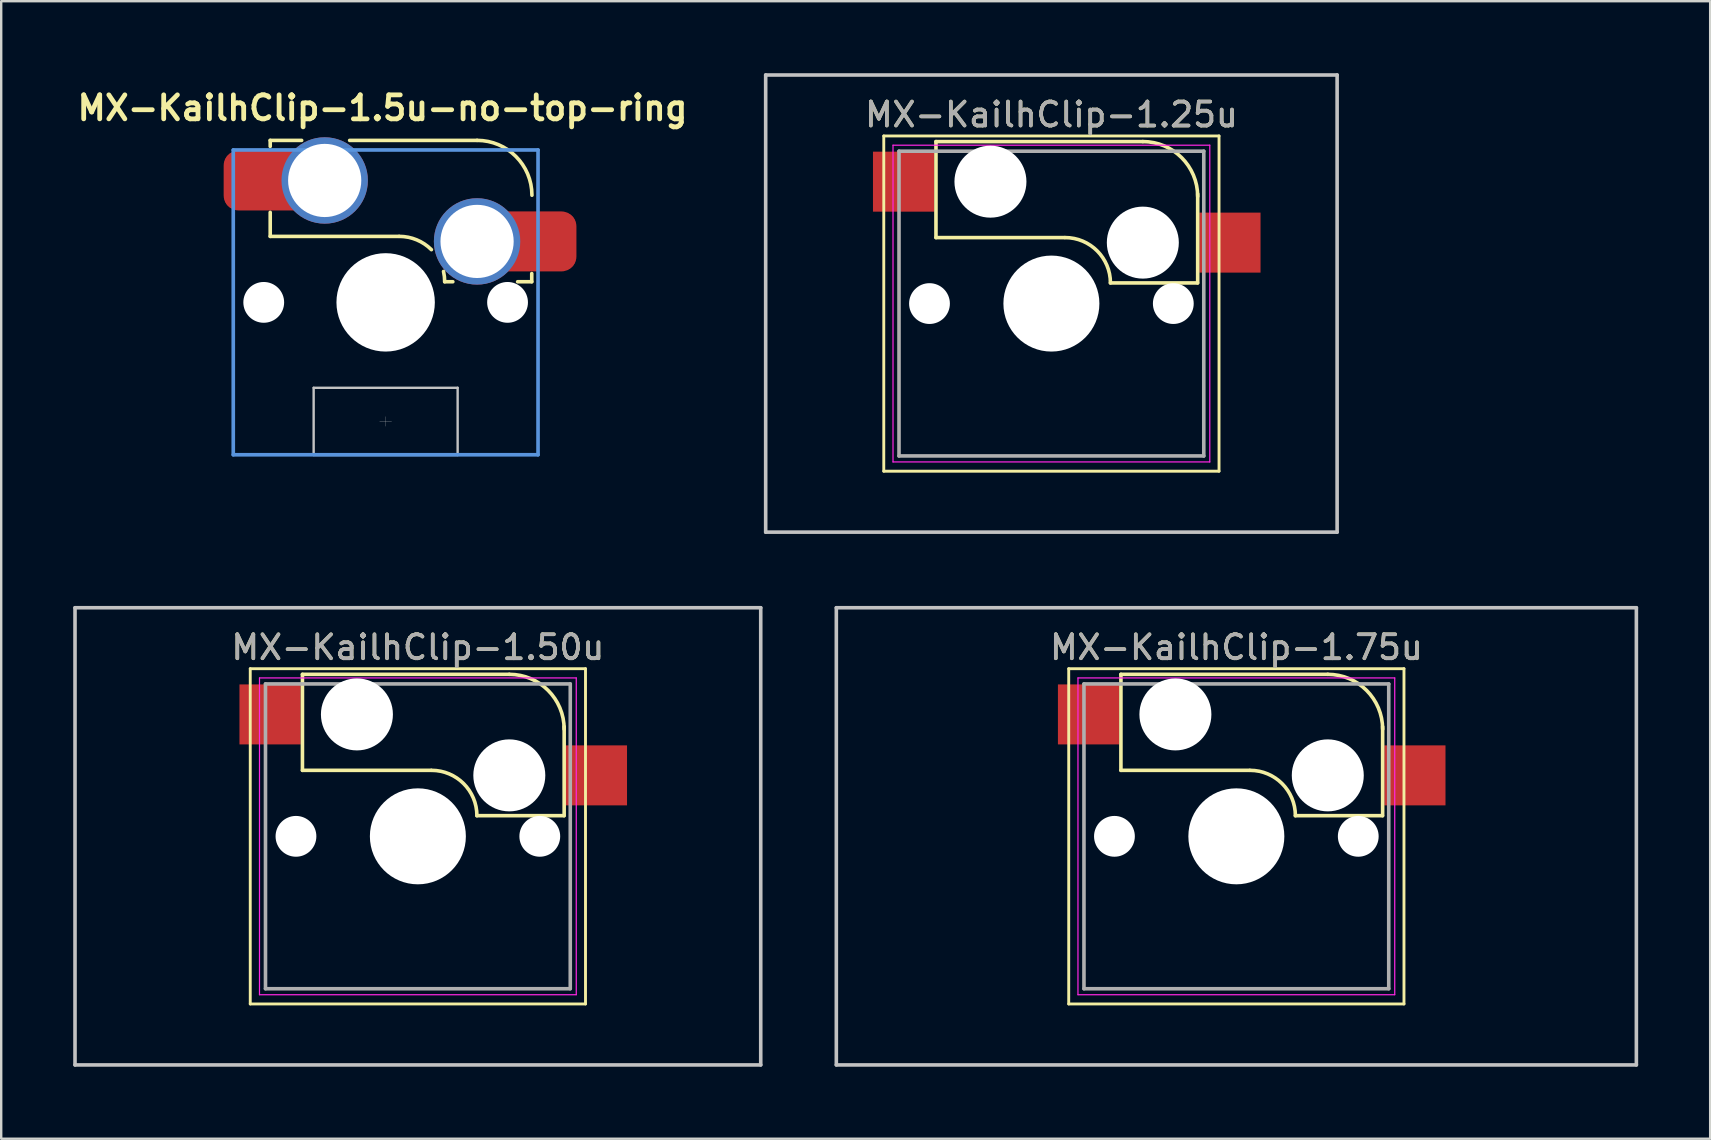
<source format=kicad_pcb>
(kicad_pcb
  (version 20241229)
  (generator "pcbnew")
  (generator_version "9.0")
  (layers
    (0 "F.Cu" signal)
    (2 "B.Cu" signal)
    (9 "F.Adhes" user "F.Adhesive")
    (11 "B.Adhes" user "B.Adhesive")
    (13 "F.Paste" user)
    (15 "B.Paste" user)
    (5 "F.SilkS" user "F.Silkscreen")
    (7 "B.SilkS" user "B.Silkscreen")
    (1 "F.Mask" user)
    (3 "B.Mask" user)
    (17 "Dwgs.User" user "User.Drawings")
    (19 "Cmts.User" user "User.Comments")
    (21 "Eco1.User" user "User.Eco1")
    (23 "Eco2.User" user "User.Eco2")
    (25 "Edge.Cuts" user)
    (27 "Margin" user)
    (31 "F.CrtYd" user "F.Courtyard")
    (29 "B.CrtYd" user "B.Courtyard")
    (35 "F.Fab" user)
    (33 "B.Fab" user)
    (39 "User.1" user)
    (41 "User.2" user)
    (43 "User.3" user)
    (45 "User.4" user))
  (footprint "MX-KailhClip-1.25u"
    (layer "F.Cu")
    (at 40.762 9.6)
    (property "Reference" "MX-KailhClip-1.25u" (at 0 -7.874 0) (layer "F.SilkS") (effects (font (size 1 1) (thickness 0.15))))
    (attr through_hole)
    (fp_line (start -6.985 -6.985) (end 6.985 -6.985) (stroke (width 0.12) (type solid)) (layer "F.SilkS"))
    (fp_line (start -6.985 6.985) (end -6.985 -6.985) (stroke (width 0.12) (type solid)) (layer "F.SilkS"))
    (fp_line (start -4.81 -6.75) (end -4.81 -2.75) (stroke (width 0.15) (type solid)) (layer "F.SilkS"))
    (fp_line (start -4.81 -6.75) (end 3.81 -6.75) (stroke (width 0.15) (type solid)) (layer "F.SilkS"))
    (fp_line (start -4.81 -2.75) (end 0.55 -2.75) (stroke (width 0.15) (type solid)) (layer "F.SilkS"))
    (fp_line (start 6.088 -0.86) (end 2.46 -0.86) (stroke (width 0.15) (type solid)) (layer "F.SilkS"))
    (fp_line (start 6.096 -4.572) (end 6.096 -0.86) (stroke (width 0.15) (type solid)) (layer "F.SilkS"))
    (fp_line (start 6.985 -6.985) (end 6.985 6.985) (stroke (width 0.12) (type solid)) (layer "F.SilkS"))
    (fp_line (start 6.985 6.985) (end -6.985 6.985) (stroke (width 0.12) (type solid)) (layer "F.SilkS"))
    (fp_arc (start 0.57 -2.75) (mid 1.906432 -2.196432) (end 2.46 -0.86) (stroke (width 0.15) (type solid)) (layer "F.SilkS"))
    (fp_arc (start 3.81 -6.751) (mid 5.426446 -6.081446) (end 6.096 -4.465) (stroke (width 0.15) (type solid)) (layer "F.SilkS"))
    (fp_line (start -11.906 -9.525) (end 11.906 -9.525) (stroke (width 0.15) (type solid)) (layer "Dwgs.User"))
    (fp_line (start -11.906 9.525) (end -11.906 -9.525) (stroke (width 0.15) (type solid)) (layer "Dwgs.User"))
    (fp_line (start 11.906 -9.525) (end 11.906 9.525) (stroke (width 0.15) (type solid)) (layer "Dwgs.User"))
    (fp_line (start 11.906 9.525) (end -11.906 9.525) (stroke (width 0.15) (type solid)) (layer "Dwgs.User"))
    (fp_line (start -6.6 -6.6) (end 6.6 -6.6) (stroke (width 0.05) (type solid)) (layer "F.CrtYd"))
    (fp_line (start -6.6 6.6) (end -6.6 -6.6) (stroke (width 0.05) (type solid)) (layer "F.CrtYd"))
    (fp_line (start 6.6 -6.6) (end 6.6 6.6) (stroke (width 0.05) (type solid)) (layer "F.CrtYd"))
    (fp_line (start 6.6 6.6) (end -6.6 6.6) (stroke (width 0.05) (type solid)) (layer "F.CrtYd"))
    (fp_line (start -6.35 -6.35) (end 6.35 -6.35) (stroke (width 0.15) (type solid)) (layer "F.Fab"))
    (fp_line (start -6.35 6.35) (end -6.35 -6.35) (stroke (width 0.15) (type solid)) (layer "F.Fab"))
    (fp_line (start 6.35 -6.35) (end 6.35 6.35) (stroke (width 0.15) (type solid)) (layer "F.Fab"))
    (fp_line (start 6.35 6.35) (end -6.35 6.35) (stroke (width 0.15) (type solid)) (layer "F.Fab"))
    (fp_text user "${REFERENCE}" (at 0 -7.874 0) (layer "F.Fab") (effects (font (size 1 1) (thickness 0.15))))
    (pad "" np_thru_hole circle (at -5.08 0) (size 1.7 1.7) (drill 1.7) (layers "*.Cu" "*.Mask"))
    (pad "" np_thru_hole circle (at -2.54 -5.08) (size 3 3) (drill 3) (layers "*.Cu" "*.Mask"))
    (pad "" np_thru_hole circle (at 0 0) (size 4 4) (drill 4) (layers "*.Cu" "*.Mask"))
    (pad "" np_thru_hole circle (at 3.81 -2.54) (size 3 3) (drill 3) (layers "*.Cu" "*.Mask"))
    (pad "" np_thru_hole circle (at 5.08 0) (size 1.7 1.7) (drill 1.7) (layers "*.Cu" "*.Mask"))
    (pad "1" smd rect (at -6.16 -5.08) (size 2.55 2.5) (layers "F.Cu" "F.Mask" "F.Paste"))
    (pad "2" smd rect (at 7.44 -2.54) (size 2.55 2.5) (layers "F.Cu" "F.Mask" "F.Paste")))
  (footprint "MX-KailhClip-1.50u"
    (layer "F.Cu")
    (at 14.363 31.8)
    (property "Reference" "MX-KailhClip-1.50u" (at 0 -7.874 0) (layer "F.SilkS") (effects (font (size 1 1) (thickness 0.15))))
    (fp_line (start -6.985 -6.985) (end 6.985 -6.985) (stroke (width 0.12) (type solid)) (layer "F.SilkS"))
    (fp_line (start -6.985 6.985) (end -6.985 -6.985) (stroke (width 0.12) (type solid)) (layer "F.SilkS"))
    (fp_line (start -4.81 -6.75) (end -4.81 -2.75) (stroke (width 0.15) (type solid)) (layer "F.SilkS"))
    (fp_line (start -4.81 -6.75) (end 3.81 -6.75) (stroke (width 0.15) (type solid)) (layer "F.SilkS"))
    (fp_line (start -4.81 -2.75) (end 0.55 -2.75) (stroke (width 0.15) (type solid)) (layer "F.SilkS"))
    (fp_line (start 6.088 -0.86) (end 2.46 -0.86) (stroke (width 0.15) (type solid)) (layer "F.SilkS"))
    (fp_line (start 6.096 -4.572) (end 6.096 -0.86) (stroke (width 0.15) (type solid)) (layer "F.SilkS"))
    (fp_line (start 6.985 -6.985) (end 6.985 6.985) (stroke (width 0.12) (type solid)) (layer "F.SilkS"))
    (fp_line (start 6.985 6.985) (end -6.985 6.985) (stroke (width 0.12) (type solid)) (layer "F.SilkS"))
    (fp_arc (start 0.57 -2.75) (mid 1.906432 -2.196432) (end 2.46 -0.86) (stroke (width 0.15) (type solid)) (layer "F.SilkS"))
    (fp_arc (start 3.81 -6.751) (mid 5.426446 -6.081446) (end 6.096 -4.465) (stroke (width 0.15) (type solid)) (layer "F.SilkS"))
    (fp_line (start -14.287 -9.525) (end 14.287 -9.525) (stroke (width 0.15) (type solid)) (layer "Dwgs.User"))
    (fp_line (start -14.287 9.525) (end -14.287 -9.525) (stroke (width 0.15) (type solid)) (layer "Dwgs.User"))
    (fp_line (start 14.287 -9.525) (end 14.287 9.525) (stroke (width 0.15) (type solid)) (layer "Dwgs.User"))
    (fp_line (start 14.287 9.525) (end -14.287 9.525) (stroke (width 0.15) (type solid)) (layer "Dwgs.User"))
    (fp_line (start -6.6 -6.6) (end 6.6 -6.6) (stroke (width 0.05) (type solid)) (layer "F.CrtYd"))
    (fp_line (start -6.6 6.6) (end -6.6 -6.6) (stroke (width 0.05) (type solid)) (layer "F.CrtYd"))
    (fp_line (start 6.6 -6.6) (end 6.6 6.6) (stroke (width 0.05) (type solid)) (layer "F.CrtYd"))
    (fp_line (start 6.6 6.6) (end -6.6 6.6) (stroke (width 0.05) (type solid)) (layer "F.CrtYd"))
    (fp_line (start -6.35 -6.35) (end 6.35 -6.35) (stroke (width 0.15) (type solid)) (layer "F.Fab"))
    (fp_line (start -6.35 6.35) (end -6.35 -6.35) (stroke (width 0.15) (type solid)) (layer "F.Fab"))
    (fp_line (start 6.35 -6.35) (end 6.35 6.35) (stroke (width 0.15) (type solid)) (layer "F.Fab"))
    (fp_line (start 6.35 6.35) (end -6.35 6.35) (stroke (width 0.15) (type solid)) (layer "F.Fab"))
    (fp_text user "${REFERENCE}" (at 0 -7.874 0) (layer "F.Fab") (effects (font (size 1 1) (thickness 0.15))))
    (pad "" np_thru_hole circle (at -5.08 0) (size 1.7 1.7) (drill 1.7) (layers "*.Cu" "*.Mask"))
    (pad "" np_thru_hole circle (at -2.54 -5.08) (size 3 3) (drill 3) (layers "*.Cu" "*.Mask"))
    (pad "" np_thru_hole circle (at 0 0) (size 4 4) (drill 4) (layers "*.Cu" "*.Mask"))
    (pad "" np_thru_hole circle (at 3.81 -2.54) (size 3 3) (drill 3) (layers "*.Cu" "*.Mask"))
    (pad "" np_thru_hole circle (at 5.08 0) (size 1.7 1.7) (drill 1.7) (layers "*.Cu" "*.Mask"))
    (pad "1" smd rect (at -6.16 -5.08) (size 2.55 2.5) (layers "F.Cu" "F.Mask" "F.Paste"))
    (pad "2" smd rect (at 7.44 -2.54) (size 2.55 2.5) (layers "F.Cu" "F.Mask" "F.Paste")))
  (footprint "MX-KailhClip-1.75u"
    (layer "F.Cu")
    (at 48.469 31.8)
    (property "Reference" "MX-KailhClip-1.75u" (at 0 -7.874 0) (layer "F.SilkS") (effects (font (size 1 1) (thickness 0.15))))
    (attr through_hole)
    (fp_line (start -6.985 -6.985) (end 6.985 -6.985) (stroke (width 0.12) (type solid)) (layer "F.SilkS"))
    (fp_line (start -6.985 6.985) (end -6.985 -6.985) (stroke (width 0.12) (type solid)) (layer "F.SilkS"))
    (fp_line (start -4.81 -6.75) (end -4.81 -2.75) (stroke (width 0.15) (type solid)) (layer "F.SilkS"))
    (fp_line (start -4.81 -6.75) (end 3.81 -6.75) (stroke (width 0.15) (type solid)) (layer "F.SilkS"))
    (fp_line (start -4.81 -2.75) (end 0.55 -2.75) (stroke (width 0.15) (type solid)) (layer "F.SilkS"))
    (fp_line (start 6.088 -0.86) (end 2.46 -0.86) (stroke (width 0.15) (type solid)) (layer "F.SilkS"))
    (fp_line (start 6.096 -4.572) (end 6.096 -0.86) (stroke (width 0.15) (type solid)) (layer "F.SilkS"))
    (fp_line (start 6.985 -6.985) (end 6.985 6.985) (stroke (width 0.12) (type solid)) (layer "F.SilkS"))
    (fp_line (start 6.985 6.985) (end -6.985 6.985) (stroke (width 0.12) (type solid)) (layer "F.SilkS"))
    (fp_arc (start 0.57 -2.75) (mid 1.906432 -2.196432) (end 2.46 -0.86) (stroke (width 0.15) (type solid)) (layer "F.SilkS"))
    (fp_arc (start 3.81 -6.751) (mid 5.426446 -6.081446) (end 6.096 -4.465) (stroke (width 0.15) (type solid)) (layer "F.SilkS"))
    (fp_line (start -16.669 -9.525) (end 16.669 -9.525) (stroke (width 0.15) (type solid)) (layer "Dwgs.User"))
    (fp_line (start -16.669 9.525) (end -16.669 -9.525) (stroke (width 0.15) (type solid)) (layer "Dwgs.User"))
    (fp_line (start 16.669 -9.525) (end 16.669 9.525) (stroke (width 0.15) (type solid)) (layer "Dwgs.User"))
    (fp_line (start 16.669 9.525) (end -16.669 9.525) (stroke (width 0.15) (type solid)) (layer "Dwgs.User"))
    (fp_line (start -6.6 -6.6) (end 6.6 -6.6) (stroke (width 0.05) (type solid)) (layer "F.CrtYd"))
    (fp_line (start -6.6 6.6) (end -6.6 -6.6) (stroke (width 0.05) (type solid)) (layer "F.CrtYd"))
    (fp_line (start 6.6 -6.6) (end 6.6 6.6) (stroke (width 0.05) (type solid)) (layer "F.CrtYd"))
    (fp_line (start 6.6 6.6) (end -6.6 6.6) (stroke (width 0.05) (type solid)) (layer "F.CrtYd"))
    (fp_line (start -6.35 -6.35) (end 6.35 -6.35) (stroke (width 0.15) (type solid)) (layer "F.Fab"))
    (fp_line (start -6.35 6.35) (end -6.35 -6.35) (stroke (width 0.15) (type solid)) (layer "F.Fab"))
    (fp_line (start 6.35 -6.35) (end 6.35 6.35) (stroke (width 0.15) (type solid)) (layer "F.Fab"))
    (fp_line (start 6.35 6.35) (end -6.35 6.35) (stroke (width 0.15) (type solid)) (layer "F.Fab"))
    (fp_text user "${REFERENCE}" (at 0 -7.874 0) (layer "F.Fab") (effects (font (size 1 1) (thickness 0.15))))
    (pad "" np_thru_hole circle (at -5.08 0) (size 1.7 1.7) (drill 1.7) (layers "*.Cu" "*.Mask"))
    (pad "" np_thru_hole circle (at -2.54 -5.08) (size 3 3) (drill 3) (layers "*.Cu" "*.Mask"))
    (pad "" np_thru_hole circle (at 0 0) (size 4 4) (drill 4) (layers "*.Cu" "*.Mask"))
    (pad "" np_thru_hole circle (at 3.81 -2.54) (size 3 3) (drill 3) (layers "*.Cu" "*.Mask"))
    (pad "" np_thru_hole circle (at 5.08 0) (size 1.7 1.7) (drill 1.7) (layers "*.Cu" "*.Mask"))
    (pad "1" smd rect (at -6.16 -5.08) (size 2.55 2.5) (layers "F.Cu" "F.Mask" "F.Paste"))
    (pad "2" smd rect (at 7.44 -2.54) (size 2.55 2.5) (layers "F.Cu" "F.Mask" "F.Paste")))
  (footprint "MX-KailhClip-1.5u-no-top-ring"
    (layer "F.Cu")
    (at 13.02 9.55)
    (property "Reference" "MX-KailhClip-1.5u-no-top-ring" (at -0.13 -8.1 0) (layer "F.SilkS") (effects (font (size 1 1) (thickness 0.2))))
    (attr smd)
    (fp_line (start -4.81 -6.75) (end -4.81 -6.5) (stroke (width 0.15) (type solid)) (layer "F.SilkS"))
    (fp_line (start -4.81 -6.75) (end -3.5 -6.75) (stroke (width 0.15) (type solid)) (layer "F.SilkS"))
    (fp_line (start -4.81 -3.75) (end -4.81 -2.75) (stroke (width 0.15) (type solid)) (layer "F.SilkS"))
    (fp_line (start -4.81 -2.75) (end 0.55 -2.75) (stroke (width 0.15) (type solid)) (layer "F.SilkS"))
    (fp_line (start -1.5 -6.75) (end 3.81 -6.75) (stroke (width 0.15) (type solid)) (layer "F.SilkS"))
    (fp_line (start 2.8 -0.86) (end 2.46 -0.86) (stroke (width 0.15) (type solid)) (layer "F.SilkS"))
    (fp_line (start 6.088 -1.2) (end 6.088 -0.86) (stroke (width 0.15) (type solid)) (layer "F.SilkS"))
    (fp_line (start 6.088 -0.86) (end 5.5 -0.86) (stroke (width 0.15) (type solid)) (layer "F.SilkS"))
    (fp_arc (start 0.57 -2.75) (mid 1.293272 -2.606132) (end 1.906432 -2.196432) (stroke (width 0.15) (type solid)) (layer "F.SilkS"))
    (fp_arc (start 2.412003 -1.288719) (mid 2.447963 -1.075699) (end 2.46 -0.86) (stroke (width 0.15) (type solid)) (layer "F.SilkS"))
    (fp_arc (start 3.81 -6.751) (mid 5.426446 -6.081446) (end 6.096 -4.465) (stroke (width 0.15) (type solid)) (layer "F.SilkS"))
    (fp_line (start -9.55 0) (end -9.5 -0.1) (stroke (width 0.001) (type solid)) (layer "Dwgs.User"))
    (fp_line (start -9.55 0) (end -9.5 0.1) (stroke (width 0.001) (type solid)) (layer "Dwgs.User"))
    (fp_line (start -9.5 -9.5) (end 9.5 -9.5) (stroke (width 0.001) (type solid)) (layer "Dwgs.User"))
    (fp_line (start -9.5 0) (end -9.55 0) (stroke (width 0.001) (type solid)) (layer "Dwgs.User"))
    (fp_line (start -9.5 9.5) (end -9.5 -9.5) (stroke (width 0.001) (type solid)) (layer "Dwgs.User"))
    (fp_line (start -3 3.56) (end -3 6.36) (stroke (width 0.1) (type solid)) (layer "Dwgs.User"))
    (fp_line (start -3 3.56) (end 3 3.56) (stroke (width 0.1) (type solid)) (layer "Dwgs.User"))
    (fp_line (start -0.25 4.96) (end 0.25 4.96) (stroke (width 0.01) (type solid)) (layer "Dwgs.User"))
    (fp_line (start 0 -9.55) (end -0.1 -9.5) (stroke (width 0.001) (type solid)) (layer "Dwgs.User"))
    (fp_line (start 0 -9.55) (end 0.1 -9.5) (stroke (width 0.001) (type solid)) (layer "Dwgs.User"))
    (fp_line (start 0 -9.5) (end 0 -9.55) (stroke (width 0.001) (type solid)) (layer "Dwgs.User"))
    (fp_line (start 0 5.16) (end 0 4.76) (stroke (width 0.01) (type solid)) (layer "Dwgs.User"))
    (fp_line (start 0 9.5) (end 0 9.55) (stroke (width 0.001) (type solid)) (layer "Dwgs.User"))
    (fp_line (start 0 9.55) (end -0.1 9.5) (stroke (width 0.001) (type solid)) (layer "Dwgs.User"))
    (fp_line (start 0 9.55) (end 0.1 9.5) (stroke (width 0.001) (type solid)) (layer "Dwgs.User"))
    (fp_line (start 3 3.56) (end 3 6.36) (stroke (width 0.1) (type solid)) (layer "Dwgs.User"))
    (fp_line (start 3 6.36) (end -3 6.36) (stroke (width 0.1) (type solid)) (layer "Dwgs.User"))
    (fp_line (start 9.5 -9.5) (end 9.5 9.5) (stroke (width 0.001) (type solid)) (layer "Dwgs.User"))
    (fp_line (start 9.5 0) (end 9.55 0) (stroke (width 0.001) (type solid)) (layer "Dwgs.User"))
    (fp_line (start 9.5 9.5) (end -9.5 9.5) (stroke (width 0.001) (type solid)) (layer "Dwgs.User"))
    (fp_line (start 9.55 0) (end 9.5 -0.1) (stroke (width 0.001) (type solid)) (layer "Dwgs.User"))
    (fp_line (start 9.55 0) (end 9.5 0.1) (stroke (width 0.001) (type solid)) (layer "Dwgs.User"))
    (fp_line (start -6.35 -6.35) (end 6.35 -6.35) (stroke (width 0.152) (type solid)) (layer "Cmts.User"))
    (fp_line (start -6.35 6.35) (end -6.35 -6.35) (stroke (width 0.152) (type solid)) (layer "Cmts.User"))
    (fp_line (start 0 1) (end 0 -1) (stroke (width 0.001) (type solid)) (layer "Cmts.User"))
    (fp_line (start 1 0) (end -1 0) (stroke (width 0.001) (type solid)) (layer "Cmts.User"))
    (fp_line (start 6.35 -6.35) (end 6.35 6.35) (stroke (width 0.152) (type solid)) (layer "Cmts.User"))
    (fp_line (start 6.35 6.35) (end -6.35 6.35) (stroke (width 0.152) (type solid)) (layer "Cmts.User"))
    (fp_line (start -7.8 -6.985) (end 7.8 -6.985) (stroke (width 0.152) (type solid)) (layer "Eco1.User"))
    (fp_line (start -7.8 6.985) (end -7.8 -6.985) (stroke (width 0.152) (type solid)) (layer "Eco1.User"))
    (fp_line (start 7.8 -6.985) (end 7.8 6.985) (stroke (width 0.152) (type solid)) (layer "Eco1.User"))
    (fp_line (start 7.8 6.985) (end -7.8 6.985) (stroke (width 0.152) (type solid)) (layer "Eco1.User"))
    (fp_line (start -7 -7) (end 7 -7) (stroke (width 0.01) (type solid)) (layer "Eco2.User"))
    (fp_line (start -7 7) (end -7 -7) (stroke (width 0.01) (type solid)) (layer "Eco2.User"))
    (fp_line (start 7 -7) (end 7 7) (stroke (width 0.01) (type solid)) (layer "Eco2.User"))
    (fp_line (start 7 7) (end -7 7) (stroke (width 0.01) (type solid)) (layer "Eco2.User"))
    (pad "" np_thru_hole circle (at -5.08 0) (size 1.7 1.7) (drill 1.7) (layers "*.Cu" "*.Mask"))
    (pad "" np_thru_hole circle (at 0 0) (size 4.1 4.1) (drill 4.1) (layers "*.Cu" "*.Mask"))
    (pad "" np_thru_hole circle (at 5.08 0) (size 1.7 1.7) (drill 1.7) (layers "*.Cu" "*.Mask"))
    (pad "1" smd roundrect (at -5.7 -5.075) (size 2.05 2.4) (layers "F.Cu" "F.Mask" "F.Paste") (roundrect_rratio 0.25))
    (pad "1" smd roundrect (at -5 -5.08) (size 3.5 2.5) (layers "F.Cu") (roundrect_rratio 0.25))
    (pad "1" thru_hole circle (at -2.54 -5.08) (size 3.6 3.6) (drill 3.05) (layers "*.Cu" "F.Mask"))
    (pad "2" thru_hole circle (at 3.81 -2.54) (size 3.6 3.6) (drill 3.05) (layers "*.Cu" "F.Mask"))
    (pad "2" smd roundrect (at 6.2 -2.54) (size 3.5 2.5) (layers "F.Cu") (roundrect_rratio 0.25))
    (pad "2" smd roundrect (at 6.9 -2.54) (size 2.05 2.4) (layers "F.Cu" "F.Mask" "F.Paste") (roundrect_rratio 0.25)))
  (gr_rect
    (start -3 -3)
    (end 68.213 44.4)
    (stroke (width 0.1) (type default))
    (fill no)
    (layer "Edge.Cuts")))
</source>
